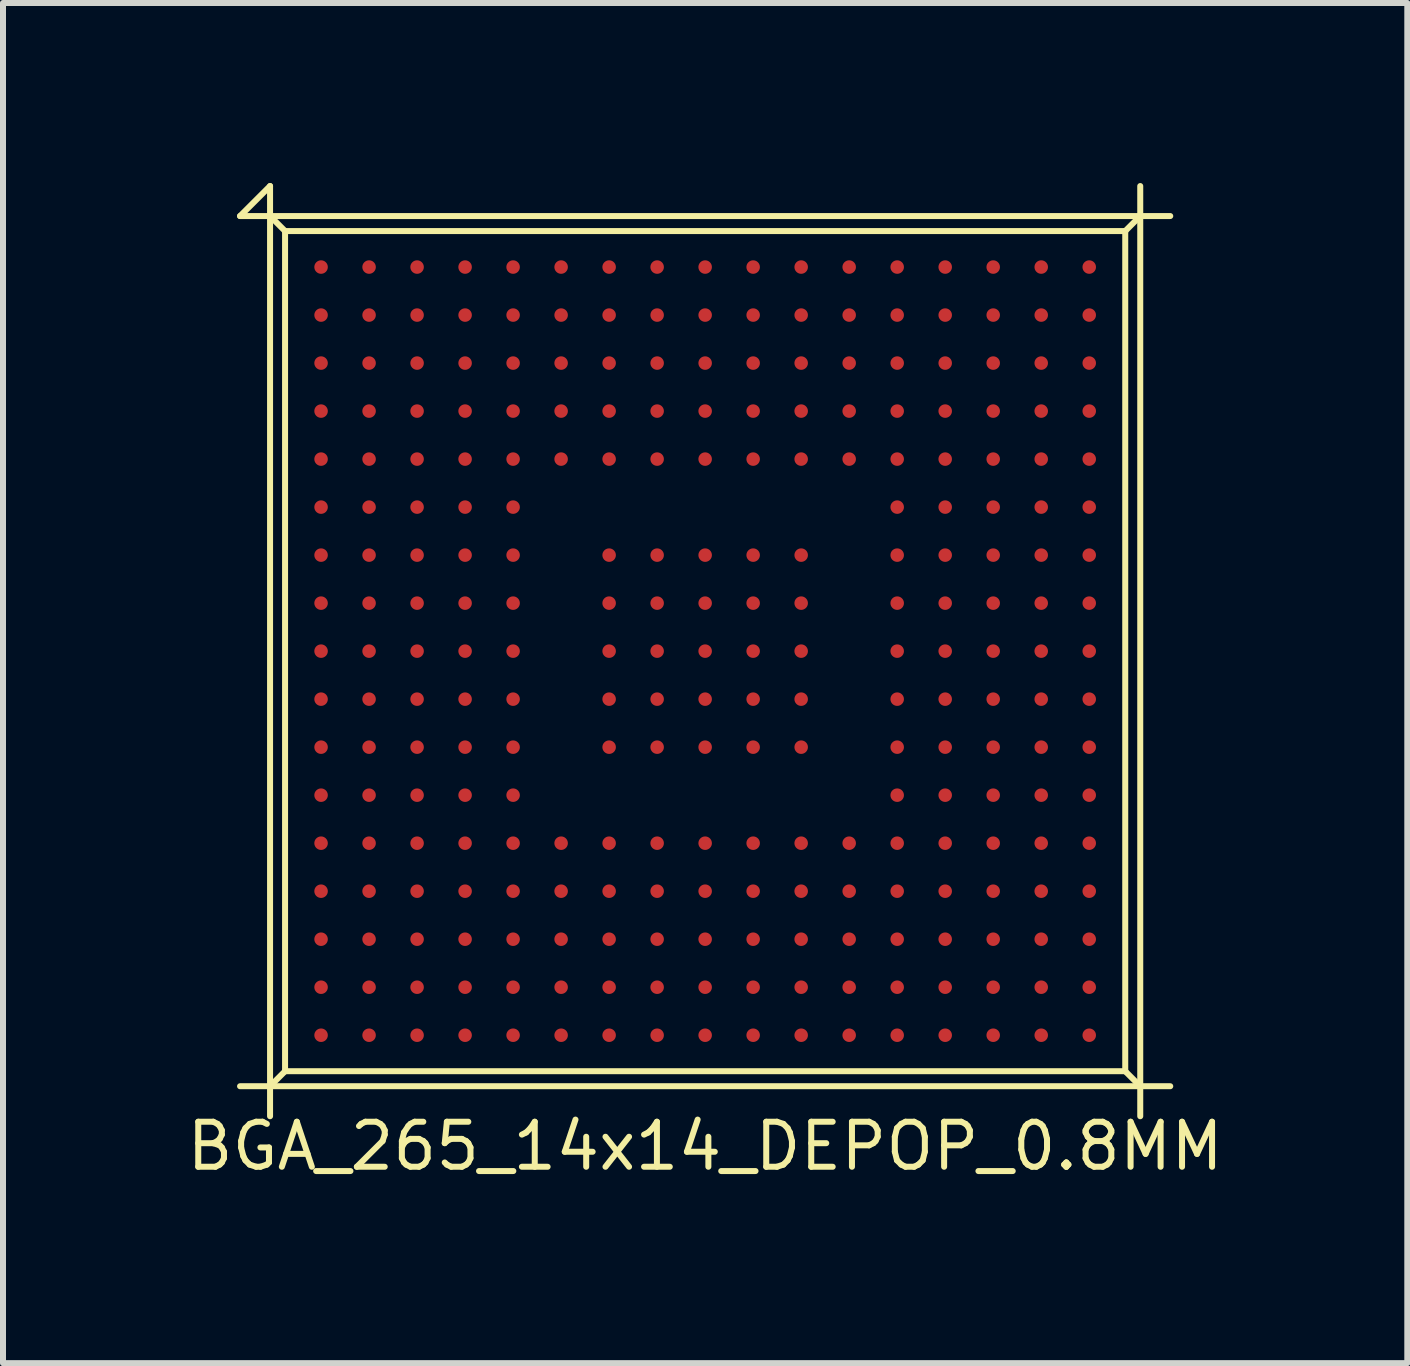
<source format=kicad_pcb>
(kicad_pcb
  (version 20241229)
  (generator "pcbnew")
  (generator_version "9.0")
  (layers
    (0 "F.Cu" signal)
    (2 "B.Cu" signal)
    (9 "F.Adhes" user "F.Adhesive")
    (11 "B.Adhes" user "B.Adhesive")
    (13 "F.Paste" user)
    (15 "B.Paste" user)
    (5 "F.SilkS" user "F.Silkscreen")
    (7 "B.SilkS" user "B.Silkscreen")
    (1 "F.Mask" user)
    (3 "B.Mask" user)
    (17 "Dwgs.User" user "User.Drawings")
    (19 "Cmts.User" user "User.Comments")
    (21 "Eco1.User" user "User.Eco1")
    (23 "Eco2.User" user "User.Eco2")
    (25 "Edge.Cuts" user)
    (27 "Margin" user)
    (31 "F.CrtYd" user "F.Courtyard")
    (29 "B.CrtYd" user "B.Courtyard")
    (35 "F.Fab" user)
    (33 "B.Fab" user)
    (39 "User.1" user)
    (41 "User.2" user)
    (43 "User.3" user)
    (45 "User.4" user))
  (footprint "BGA_265_14x14_DEPOP_0.8MM"
    (layer "F.Cu")
    (at 8.7 7.8)
    (property "Reference" "BGA_265_14x14_DEPOP_0.8MM" (at 0 8.25 0) (unlocked yes) (layer "F.SilkS") (effects (font (size 0.75 0.75) (thickness 0.1))))
    (attr smd)
    (fp_line (start -7.75 -7.25) (end -7.25 -7.75) (stroke (width 0.1) (type default)) (layer "F.SilkS"))
    (fp_line (start -7.75 7.25) (end 7.75 7.25) (stroke (width 0.1) (type default)) (layer "F.SilkS"))
    (fp_line (start -7.25 -7.75) (end -7.25 7.75) (stroke (width 0.1) (type default)) (layer "F.SilkS"))
    (fp_line (start -7 -7) (end -7.25 -7.25) (stroke (width 0.1) (type default)) (layer "F.SilkS"))
    (fp_line (start -7 -7) (end -7 7) (stroke (width 0.1) (type default)) (layer "F.SilkS"))
    (fp_line (start -7 7) (end -7.25 7.25) (stroke (width 0.1) (type default)) (layer "F.SilkS"))
    (fp_line (start -7 7) (end 7 7) (stroke (width 0.1) (type default)) (layer "F.SilkS"))
    (fp_line (start 7 -7) (end -7 -7) (stroke (width 0.1) (type default)) (layer "F.SilkS"))
    (fp_line (start 7 -7) (end 7.25 -7.25) (stroke (width 0.1) (type default)) (layer "F.SilkS"))
    (fp_line (start 7 7) (end 7 -7) (stroke (width 0.1) (type default)) (layer "F.SilkS"))
    (fp_line (start 7 7) (end 7.25 7.25) (stroke (width 0.1) (type default)) (layer "F.SilkS"))
    (fp_line (start 7.25 7.75) (end 7.25 -7.75) (stroke (width 0.1) (type default)) (layer "F.SilkS"))
    (fp_line (start 7.75 -7.25) (end -7.75 -7.25) (stroke (width 0.1) (type default)) (layer "F.SilkS"))
    (pad "A1" smd circle (at -6.4 -6.4) (size 0.225 0.225) (layers "F.Cu" "F.Mask" "F.Paste"))
    (pad "A2" smd circle (at -5.6 -6.4) (size 0.225 0.225) (layers "F.Cu" "F.Mask" "F.Paste"))
    (pad "A3" smd circle (at -4.8 -6.4) (size 0.225 0.225) (layers "F.Cu" "F.Mask" "F.Paste"))
    (pad "A4" smd circle (at -4 -6.4) (size 0.225 0.225) (layers "F.Cu" "F.Mask" "F.Paste"))
    (pad "A5" smd circle (at -3.2 -6.4) (size 0.225 0.225) (layers "F.Cu" "F.Mask" "F.Paste"))
    (pad "A6" smd circle (at -2.4 -6.4) (size 0.225 0.225) (layers "F.Cu" "F.Mask" "F.Paste"))
    (pad "A7" smd circle (at -1.6 -6.4) (size 0.225 0.225) (layers "F.Cu" "F.Mask" "F.Paste"))
    (pad "A8" smd circle (at -0.8 -6.4) (size 0.225 0.225) (layers "F.Cu" "F.Mask" "F.Paste"))
    (pad "A9" smd circle (at 0 -6.4) (size 0.225 0.225) (layers "F.Cu" "F.Mask" "F.Paste"))
    (pad "A10" smd circle (at 0.8 -6.4) (size 0.225 0.225) (layers "F.Cu" "F.Mask" "F.Paste"))
    (pad "A11" smd circle (at 1.6 -6.4) (size 0.225 0.225) (layers "F.Cu" "F.Mask" "F.Paste"))
    (pad "A12" smd circle (at 2.4 -6.4) (size 0.225 0.225) (layers "F.Cu" "F.Mask" "F.Paste"))
    (pad "A13" smd circle (at 3.2 -6.4) (size 0.225 0.225) (layers "F.Cu" "F.Mask" "F.Paste"))
    (pad "A14" smd circle (at 4 -6.4) (size 0.225 0.225) (layers "F.Cu" "F.Mask" "F.Paste"))
    (pad "A15" smd circle (at 4.8 -6.4) (size 0.225 0.225) (layers "F.Cu" "F.Mask" "F.Paste"))
    (pad "A16" smd circle (at 5.6 -6.4) (size 0.225 0.225) (layers "F.Cu" "F.Mask" "F.Paste"))
    (pad "A17" smd circle (at 6.4 -6.4) (size 0.225 0.225) (layers "F.Cu" "F.Mask" "F.Paste"))
    (pad "B1" smd circle (at -6.4 -5.6) (size 0.225 0.225) (layers "F.Cu" "F.Mask" "F.Paste"))
    (pad "B2" smd circle (at -5.6 -5.6) (size 0.225 0.225) (layers "F.Cu" "F.Mask" "F.Paste"))
    (pad "B3" smd circle (at -4.8 -5.6) (size 0.225 0.225) (layers "F.Cu" "F.Mask" "F.Paste"))
    (pad "B4" smd circle (at -4 -5.6) (size 0.225 0.225) (layers "F.Cu" "F.Mask" "F.Paste"))
    (pad "B5" smd circle (at -3.2 -5.6) (size 0.225 0.225) (layers "F.Cu" "F.Mask" "F.Paste"))
    (pad "B6" smd circle (at -2.4 -5.6) (size 0.225 0.225) (layers "F.Cu" "F.Mask" "F.Paste"))
    (pad "B7" smd circle (at -1.6 -5.6) (size 0.225 0.225) (layers "F.Cu" "F.Mask" "F.Paste"))
    (pad "B8" smd circle (at -0.8 -5.6) (size 0.225 0.225) (layers "F.Cu" "F.Mask" "F.Paste"))
    (pad "B9" smd circle (at 0 -5.6) (size 0.225 0.225) (layers "F.Cu" "F.Mask" "F.Paste"))
    (pad "B10" smd circle (at 0.8 -5.6) (size 0.225 0.225) (layers "F.Cu" "F.Mask" "F.Paste"))
    (pad "B11" smd circle (at 1.6 -5.6) (size 0.225 0.225) (layers "F.Cu" "F.Mask" "F.Paste"))
    (pad "B12" smd circle (at 2.4 -5.6) (size 0.225 0.225) (layers "F.Cu" "F.Mask" "F.Paste"))
    (pad "B13" smd circle (at 3.2 -5.6) (size 0.225 0.225) (layers "F.Cu" "F.Mask" "F.Paste"))
    (pad "B14" smd circle (at 4 -5.6) (size 0.225 0.225) (layers "F.Cu" "F.Mask" "F.Paste"))
    (pad "B15" smd circle (at 4.8 -5.6) (size 0.225 0.225) (layers "F.Cu" "F.Mask" "F.Paste"))
    (pad "B16" smd circle (at 5.6 -5.6) (size 0.225 0.225) (layers "F.Cu" "F.Mask" "F.Paste"))
    (pad "B17" smd circle (at 6.4 -5.6) (size 0.225 0.225) (layers "F.Cu" "F.Mask" "F.Paste"))
    (pad "C1" smd circle (at -6.4 -4.8) (size 0.225 0.225) (layers "F.Cu" "F.Mask" "F.Paste"))
    (pad "C2" smd circle (at -5.6 -4.8) (size 0.225 0.225) (layers "F.Cu" "F.Mask" "F.Paste"))
    (pad "C3" smd circle (at -4.8 -4.8) (size 0.225 0.225) (layers "F.Cu" "F.Mask" "F.Paste"))
    (pad "C4" smd circle (at -4 -4.8) (size 0.225 0.225) (layers "F.Cu" "F.Mask" "F.Paste"))
    (pad "C5" smd circle (at -3.2 -4.8) (size 0.225 0.225) (layers "F.Cu" "F.Mask" "F.Paste"))
    (pad "C6" smd circle (at -2.4 -4.8) (size 0.225 0.225) (layers "F.Cu" "F.Mask" "F.Paste"))
    (pad "C7" smd circle (at -1.6 -4.8) (size 0.225 0.225) (layers "F.Cu" "F.Mask" "F.Paste"))
    (pad "C8" smd circle (at -0.8 -4.8) (size 0.225 0.225) (layers "F.Cu" "F.Mask" "F.Paste"))
    (pad "C9" smd circle (at 0 -4.8) (size 0.225 0.225) (layers "F.Cu" "F.Mask" "F.Paste"))
    (pad "C10" smd circle (at 0.8 -4.8) (size 0.225 0.225) (layers "F.Cu" "F.Mask" "F.Paste"))
    (pad "C11" smd circle (at 1.6 -4.8) (size 0.225 0.225) (layers "F.Cu" "F.Mask" "F.Paste"))
    (pad "C12" smd circle (at 2.4 -4.8) (size 0.225 0.225) (layers "F.Cu" "F.Mask" "F.Paste"))
    (pad "C13" smd circle (at 3.2 -4.8) (size 0.225 0.225) (layers "F.Cu" "F.Mask" "F.Paste"))
    (pad "C14" smd circle (at 4 -4.8) (size 0.225 0.225) (layers "F.Cu" "F.Mask" "F.Paste"))
    (pad "C15" smd circle (at 4.8 -4.8) (size 0.225 0.225) (layers "F.Cu" "F.Mask" "F.Paste"))
    (pad "C16" smd circle (at 5.6 -4.8) (size 0.225 0.225) (layers "F.Cu" "F.Mask" "F.Paste"))
    (pad "C17" smd circle (at 6.4 -4.8) (size 0.225 0.225) (layers "F.Cu" "F.Mask" "F.Paste"))
    (pad "D1" smd circle (at -6.4 -4) (size 0.225 0.225) (layers "F.Cu" "F.Mask" "F.Paste"))
    (pad "D2" smd circle (at -5.6 -4) (size 0.225 0.225) (layers "F.Cu" "F.Mask" "F.Paste"))
    (pad "D3" smd circle (at -4.8 -4) (size 0.225 0.225) (layers "F.Cu" "F.Mask" "F.Paste"))
    (pad "D4" smd circle (at -4 -4) (size 0.225 0.225) (layers "F.Cu" "F.Mask" "F.Paste"))
    (pad "D5" smd circle (at -3.2 -4) (size 0.225 0.225) (layers "F.Cu" "F.Mask" "F.Paste"))
    (pad "D6" smd circle (at -2.4 -4) (size 0.225 0.225) (layers "F.Cu" "F.Mask" "F.Paste"))
    (pad "D7" smd circle (at -1.6 -4) (size 0.225 0.225) (layers "F.Cu" "F.Mask" "F.Paste"))
    (pad "D8" smd circle (at -0.8 -4) (size 0.225 0.225) (layers "F.Cu" "F.Mask" "F.Paste"))
    (pad "D9" smd circle (at 0 -4) (size 0.225 0.225) (layers "F.Cu" "F.Mask" "F.Paste"))
    (pad "D10" smd circle (at 0.8 -4) (size 0.225 0.225) (layers "F.Cu" "F.Mask" "F.Paste"))
    (pad "D11" smd circle (at 1.6 -4) (size 0.225 0.225) (layers "F.Cu" "F.Mask" "F.Paste"))
    (pad "D12" smd circle (at 2.4 -4) (size 0.225 0.225) (layers "F.Cu" "F.Mask" "F.Paste"))
    (pad "D13" smd circle (at 3.2 -4) (size 0.225 0.225) (layers "F.Cu" "F.Mask" "F.Paste"))
    (pad "D14" smd circle (at 4 -4) (size 0.225 0.225) (layers "F.Cu" "F.Mask" "F.Paste"))
    (pad "D15" smd circle (at 4.8 -4) (size 0.225 0.225) (layers "F.Cu" "F.Mask" "F.Paste"))
    (pad "D16" smd circle (at 5.6 -4) (size 0.225 0.225) (layers "F.Cu" "F.Mask" "F.Paste"))
    (pad "D17" smd circle (at 6.4 -4) (size 0.225 0.225) (layers "F.Cu" "F.Mask" "F.Paste"))
    (pad "E1" smd circle (at -6.4 -3.2) (size 0.225 0.225) (layers "F.Cu" "F.Mask" "F.Paste"))
    (pad "E2" smd circle (at -5.6 -3.2) (size 0.225 0.225) (layers "F.Cu" "F.Mask" "F.Paste"))
    (pad "E3" smd circle (at -4.8 -3.2) (size 0.225 0.225) (layers "F.Cu" "F.Mask" "F.Paste"))
    (pad "E4" smd circle (at -4 -3.2) (size 0.225 0.225) (layers "F.Cu" "F.Mask" "F.Paste"))
    (pad "E5" smd circle (at -3.2 -3.2) (size 0.225 0.225) (layers "F.Cu" "F.Mask" "F.Paste"))
    (pad "E6" smd circle (at -2.4 -3.2) (size 0.225 0.225) (layers "F.Cu" "F.Mask" "F.Paste"))
    (pad "E7" smd circle (at -1.6 -3.2) (size 0.225 0.225) (layers "F.Cu" "F.Mask" "F.Paste"))
    (pad "E8" smd circle (at -0.8 -3.2) (size 0.225 0.225) (layers "F.Cu" "F.Mask" "F.Paste"))
    (pad "E9" smd circle (at 0 -3.2) (size 0.225 0.225) (layers "F.Cu" "F.Mask" "F.Paste"))
    (pad "E10" smd circle (at 0.8 -3.2) (size 0.225 0.225) (layers "F.Cu" "F.Mask" "F.Paste"))
    (pad "E11" smd circle (at 1.6 -3.2) (size 0.225 0.225) (layers "F.Cu" "F.Mask" "F.Paste"))
    (pad "E12" smd circle (at 2.4 -3.2) (size 0.225 0.225) (layers "F.Cu" "F.Mask" "F.Paste"))
    (pad "E13" smd circle (at 3.2 -3.2) (size 0.225 0.225) (layers "F.Cu" "F.Mask" "F.Paste"))
    (pad "E14" smd circle (at 4 -3.2) (size 0.225 0.225) (layers "F.Cu" "F.Mask" "F.Paste"))
    (pad "E15" smd circle (at 4.8 -3.2) (size 0.225 0.225) (layers "F.Cu" "F.Mask" "F.Paste"))
    (pad "E16" smd circle (at 5.6 -3.2) (size 0.225 0.225) (layers "F.Cu" "F.Mask" "F.Paste"))
    (pad "E17" smd circle (at 6.4 -3.2) (size 0.225 0.225) (layers "F.Cu" "F.Mask" "F.Paste"))
    (pad "F1" smd circle (at -6.4 -2.4) (size 0.225 0.225) (layers "F.Cu" "F.Mask" "F.Paste"))
    (pad "F2" smd circle (at -5.6 -2.4) (size 0.225 0.225) (layers "F.Cu" "F.Mask" "F.Paste"))
    (pad "F3" smd circle (at -4.8 -2.4) (size 0.225 0.225) (layers "F.Cu" "F.Mask" "F.Paste"))
    (pad "F4" smd circle (at -4 -2.4) (size 0.225 0.225) (layers "F.Cu" "F.Mask" "F.Paste"))
    (pad "F5" smd circle (at -3.2 -2.4) (size 0.225 0.225) (layers "F.Cu" "F.Mask" "F.Paste"))
    (pad "F13" smd circle (at 3.2 -2.4) (size 0.225 0.225) (layers "F.Cu" "F.Mask" "F.Paste"))
    (pad "F14" smd circle (at 4 -2.4) (size 0.225 0.225) (layers "F.Cu" "F.Mask" "F.Paste"))
    (pad "F15" smd circle (at 4.8 -2.4) (size 0.225 0.225) (layers "F.Cu" "F.Mask" "F.Paste"))
    (pad "F16" smd circle (at 5.6 -2.4) (size 0.225 0.225) (layers "F.Cu" "F.Mask" "F.Paste"))
    (pad "F17" smd circle (at 6.4 -2.4) (size 0.225 0.225) (layers "F.Cu" "F.Mask" "F.Paste"))
    (pad "G1" smd circle (at -6.4 -1.6) (size 0.225 0.225) (layers "F.Cu" "F.Mask" "F.Paste"))
    (pad "G2" smd circle (at -5.6 -1.6) (size 0.225 0.225) (layers "F.Cu" "F.Mask" "F.Paste"))
    (pad "G3" smd circle (at -4.8 -1.6) (size 0.225 0.225) (layers "F.Cu" "F.Mask" "F.Paste"))
    (pad "G4" smd circle (at -4 -1.6) (size 0.225 0.225) (layers "F.Cu" "F.Mask" "F.Paste"))
    (pad "G5" smd circle (at -3.2 -1.6) (size 0.225 0.225) (layers "F.Cu" "F.Mask" "F.Paste"))
    (pad "G7" smd circle (at -1.6 -1.6) (size 0.225 0.225) (layers "F.Cu" "F.Mask" "F.Paste"))
    (pad "G8" smd circle (at -0.8 -1.6) (size 0.225 0.225) (layers "F.Cu" "F.Mask" "F.Paste"))
    (pad "G9" smd circle (at 0 -1.6) (size 0.225 0.225) (layers "F.Cu" "F.Mask" "F.Paste"))
    (pad "G10" smd circle (at 0.8 -1.6) (size 0.225 0.225) (layers "F.Cu" "F.Mask" "F.Paste"))
    (pad "G11" smd circle (at 1.6 -1.6) (size 0.225 0.225) (layers "F.Cu" "F.Mask" "F.Paste"))
    (pad "G13" smd circle (at 3.2 -1.6) (size 0.225 0.225) (layers "F.Cu" "F.Mask" "F.Paste"))
    (pad "G14" smd circle (at 4 -1.6) (size 0.225 0.225) (layers "F.Cu" "F.Mask" "F.Paste"))
    (pad "G15" smd circle (at 4.8 -1.6) (size 0.225 0.225) (layers "F.Cu" "F.Mask" "F.Paste"))
    (pad "G16" smd circle (at 5.6 -1.6) (size 0.225 0.225) (layers "F.Cu" "F.Mask" "F.Paste"))
    (pad "G17" smd circle (at 6.4 -1.6) (size 0.225 0.225) (layers "F.Cu" "F.Mask" "F.Paste"))
    (pad "H1" smd circle (at -6.4 -0.8) (size 0.225 0.225) (layers "F.Cu" "F.Mask" "F.Paste"))
    (pad "H2" smd circle (at -5.6 -0.8) (size 0.225 0.225) (layers "F.Cu" "F.Mask" "F.Paste"))
    (pad "H3" smd circle (at -4.8 -0.8) (size 0.225 0.225) (layers "F.Cu" "F.Mask" "F.Paste"))
    (pad "H4" smd circle (at -4 -0.8) (size 0.225 0.225) (layers "F.Cu" "F.Mask" "F.Paste"))
    (pad "H5" smd circle (at -3.2 -0.8) (size 0.225 0.225) (layers "F.Cu" "F.Mask" "F.Paste"))
    (pad "H7" smd circle (at -1.6 -0.8) (size 0.225 0.225) (layers "F.Cu" "F.Mask" "F.Paste"))
    (pad "H8" smd circle (at -0.8 -0.8) (size 0.225 0.225) (layers "F.Cu" "F.Mask" "F.Paste"))
    (pad "H9" smd circle (at 0 -0.8) (size 0.225 0.225) (layers "F.Cu" "F.Mask" "F.Paste"))
    (pad "H10" smd circle (at 0.8 -0.8) (size 0.225 0.225) (layers "F.Cu" "F.Mask" "F.Paste"))
    (pad "H11" smd circle (at 1.6 -0.8) (size 0.225 0.225) (layers "F.Cu" "F.Mask" "F.Paste"))
    (pad "H13" smd circle (at 3.2 -0.8) (size 0.225 0.225) (layers "F.Cu" "F.Mask" "F.Paste"))
    (pad "H14" smd circle (at 4 -0.8) (size 0.225 0.225) (layers "F.Cu" "F.Mask" "F.Paste"))
    (pad "H15" smd circle (at 4.8 -0.8) (size 0.225 0.225) (layers "F.Cu" "F.Mask" "F.Paste"))
    (pad "H16" smd circle (at 5.6 -0.8) (size 0.225 0.225) (layers "F.Cu" "F.Mask" "F.Paste"))
    (pad "H17" smd circle (at 6.4 -0.8) (size 0.225 0.225) (layers "F.Cu" "F.Mask" "F.Paste"))
    (pad "J1" smd circle (at -6.4 0) (size 0.225 0.225) (layers "F.Cu" "F.Mask" "F.Paste"))
    (pad "J2" smd circle (at -5.6 0) (size 0.225 0.225) (layers "F.Cu" "F.Mask" "F.Paste"))
    (pad "J3" smd circle (at -4.8 0) (size 0.225 0.225) (layers "F.Cu" "F.Mask" "F.Paste"))
    (pad "J4" smd circle (at -4 0) (size 0.225 0.225) (layers "F.Cu" "F.Mask" "F.Paste"))
    (pad "J5" smd circle (at -3.2 0) (size 0.225 0.225) (layers "F.Cu" "F.Mask" "F.Paste"))
    (pad "J7" smd circle (at -1.6 0) (size 0.225 0.225) (layers "F.Cu" "F.Mask" "F.Paste"))
    (pad "J8" smd circle (at -0.8 0) (size 0.225 0.225) (layers "F.Cu" "F.Mask" "F.Paste"))
    (pad "J9" smd circle (at 0 0) (size 0.225 0.225) (layers "F.Cu" "F.Mask" "F.Paste"))
    (pad "J10" smd circle (at 0.8 0) (size 0.225 0.225) (layers "F.Cu" "F.Mask" "F.Paste"))
    (pad "J11" smd circle (at 1.6 0) (size 0.225 0.225) (layers "F.Cu" "F.Mask" "F.Paste"))
    (pad "J13" smd circle (at 3.2 0) (size 0.225 0.225) (layers "F.Cu" "F.Mask" "F.Paste"))
    (pad "J14" smd circle (at 4 0) (size 0.225 0.225) (layers "F.Cu" "F.Mask" "F.Paste"))
    (pad "J15" smd circle (at 4.8 0) (size 0.225 0.225) (layers "F.Cu" "F.Mask" "F.Paste"))
    (pad "J16" smd circle (at 5.6 0) (size 0.225 0.225) (layers "F.Cu" "F.Mask" "F.Paste"))
    (pad "J17" smd circle (at 6.4 0) (size 0.225 0.225) (layers "F.Cu" "F.Mask" "F.Paste"))
    (pad "K1" smd circle (at -6.4 0.8) (size 0.225 0.225) (layers "F.Cu" "F.Mask" "F.Paste"))
    (pad "K2" smd circle (at -5.6 0.8) (size 0.225 0.225) (layers "F.Cu" "F.Mask" "F.Paste"))
    (pad "K3" smd circle (at -4.8 0.8) (size 0.225 0.225) (layers "F.Cu" "F.Mask" "F.Paste"))
    (pad "K4" smd circle (at -4 0.8) (size 0.225 0.225) (layers "F.Cu" "F.Mask" "F.Paste"))
    (pad "K5" smd circle (at -3.2 0.8) (size 0.225 0.225) (layers "F.Cu" "F.Mask" "F.Paste"))
    (pad "K7" smd circle (at -1.6 0.8) (size 0.225 0.225) (layers "F.Cu" "F.Mask" "F.Paste"))
    (pad "K8" smd circle (at -0.8 0.8) (size 0.225 0.225) (layers "F.Cu" "F.Mask" "F.Paste"))
    (pad "K9" smd circle (at 0 0.8) (size 0.225 0.225) (layers "F.Cu" "F.Mask" "F.Paste"))
    (pad "K10" smd circle (at 0.8 0.8) (size 0.225 0.225) (layers "F.Cu" "F.Mask" "F.Paste"))
    (pad "K11" smd circle (at 1.6 0.8) (size 0.225 0.225) (layers "F.Cu" "F.Mask" "F.Paste"))
    (pad "K13" smd circle (at 3.2 0.8) (size 0.225 0.225) (layers "F.Cu" "F.Mask" "F.Paste"))
    (pad "K14" smd circle (at 4 0.8) (size 0.225 0.225) (layers "F.Cu" "F.Mask" "F.Paste"))
    (pad "K15" smd circle (at 4.8 0.8) (size 0.225 0.225) (layers "F.Cu" "F.Mask" "F.Paste"))
    (pad "K16" smd circle (at 5.6 0.8) (size 0.225 0.225) (layers "F.Cu" "F.Mask" "F.Paste"))
    (pad "K17" smd circle (at 6.4 0.8) (size 0.225 0.225) (layers "F.Cu" "F.Mask" "F.Paste"))
    (pad "L1" smd circle (at -6.4 1.6) (size 0.225 0.225) (layers "F.Cu" "F.Mask" "F.Paste"))
    (pad "L2" smd circle (at -5.6 1.6) (size 0.225 0.225) (layers "F.Cu" "F.Mask" "F.Paste"))
    (pad "L3" smd circle (at -4.8 1.6) (size 0.225 0.225) (layers "F.Cu" "F.Mask" "F.Paste"))
    (pad "L4" smd circle (at -4 1.6) (size 0.225 0.225) (layers "F.Cu" "F.Mask" "F.Paste"))
    (pad "L5" smd circle (at -3.2 1.6) (size 0.225 0.225) (layers "F.Cu" "F.Mask" "F.Paste"))
    (pad "L7" smd circle (at -1.6 1.6) (size 0.225 0.225) (layers "F.Cu" "F.Mask" "F.Paste"))
    (pad "L8" smd circle (at -0.8 1.6) (size 0.225 0.225) (layers "F.Cu" "F.Mask" "F.Paste"))
    (pad "L9" smd circle (at 0 1.6) (size 0.225 0.225) (layers "F.Cu" "F.Mask" "F.Paste"))
    (pad "L10" smd circle (at 0.8 1.6) (size 0.225 0.225) (layers "F.Cu" "F.Mask" "F.Paste"))
    (pad "L11" smd circle (at 1.6 1.6) (size 0.225 0.225) (layers "F.Cu" "F.Mask" "F.Paste"))
    (pad "L13" smd circle (at 3.2 1.6) (size 0.225 0.225) (layers "F.Cu" "F.Mask" "F.Paste"))
    (pad "L14" smd circle (at 4 1.6) (size 0.225 0.225) (layers "F.Cu" "F.Mask" "F.Paste"))
    (pad "L15" smd circle (at 4.8 1.6) (size 0.225 0.225) (layers "F.Cu" "F.Mask" "F.Paste"))
    (pad "L16" smd circle (at 5.6 1.6) (size 0.225 0.225) (layers "F.Cu" "F.Mask" "F.Paste"))
    (pad "L17" smd circle (at 6.4 1.6) (size 0.225 0.225) (layers "F.Cu" "F.Mask" "F.Paste"))
    (pad "M1" smd circle (at -6.4 2.4) (size 0.225 0.225) (layers "F.Cu" "F.Mask" "F.Paste"))
    (pad "M2" smd circle (at -5.6 2.4) (size 0.225 0.225) (layers "F.Cu" "F.Mask" "F.Paste"))
    (pad "M3" smd circle (at -4.8 2.4) (size 0.225 0.225) (layers "F.Cu" "F.Mask" "F.Paste"))
    (pad "M4" smd circle (at -4 2.4) (size 0.225 0.225) (layers "F.Cu" "F.Mask" "F.Paste"))
    (pad "M5" smd circle (at -3.2 2.4) (size 0.225 0.225) (layers "F.Cu" "F.Mask" "F.Paste"))
    (pad "M13" smd circle (at 3.2 2.4) (size 0.225 0.225) (layers "F.Cu" "F.Mask" "F.Paste"))
    (pad "M14" smd circle (at 4 2.4) (size 0.225 0.225) (layers "F.Cu" "F.Mask" "F.Paste"))
    (pad "M15" smd circle (at 4.8 2.4) (size 0.225 0.225) (layers "F.Cu" "F.Mask" "F.Paste"))
    (pad "M16" smd circle (at 5.6 2.4) (size 0.225 0.225) (layers "F.Cu" "F.Mask" "F.Paste"))
    (pad "M17" smd circle (at 6.4 2.4) (size 0.225 0.225) (layers "F.Cu" "F.Mask" "F.Paste"))
    (pad "N1" smd circle (at -6.4 3.2) (size 0.225 0.225) (layers "F.Cu" "F.Mask" "F.Paste"))
    (pad "N2" smd circle (at -5.6 3.2) (size 0.225 0.225) (layers "F.Cu" "F.Mask" "F.Paste"))
    (pad "N3" smd circle (at -4.8 3.2) (size 0.225 0.225) (layers "F.Cu" "F.Mask" "F.Paste"))
    (pad "N4" smd circle (at -4 3.2) (size 0.225 0.225) (layers "F.Cu" "F.Mask" "F.Paste"))
    (pad "N5" smd circle (at -3.2 3.2) (size 0.225 0.225) (layers "F.Cu" "F.Mask" "F.Paste"))
    (pad "N6" smd circle (at -2.4 3.2) (size 0.225 0.225) (layers "F.Cu" "F.Mask" "F.Paste"))
    (pad "N7" smd circle (at -1.6 3.2) (size 0.225 0.225) (layers "F.Cu" "F.Mask" "F.Paste"))
    (pad "N8" smd circle (at -0.8 3.2) (size 0.225 0.225) (layers "F.Cu" "F.Mask" "F.Paste"))
    (pad "N9" smd circle (at 0 3.2) (size 0.225 0.225) (layers "F.Cu" "F.Mask" "F.Paste"))
    (pad "N10" smd circle (at 0.8 3.2) (size 0.225 0.225) (layers "F.Cu" "F.Mask" "F.Paste"))
    (pad "N11" smd circle (at 1.6 3.2) (size 0.225 0.225) (layers "F.Cu" "F.Mask" "F.Paste"))
    (pad "N12" smd circle (at 2.4 3.2) (size 0.225 0.225) (layers "F.Cu" "F.Mask" "F.Paste"))
    (pad "N13" smd circle (at 3.2 3.2) (size 0.225 0.225) (layers "F.Cu" "F.Mask" "F.Paste"))
    (pad "N14" smd circle (at 4 3.2) (size 0.225 0.225) (layers "F.Cu" "F.Mask" "F.Paste"))
    (pad "N15" smd circle (at 4.8 3.2) (size 0.225 0.225) (layers "F.Cu" "F.Mask" "F.Paste"))
    (pad "N16" smd circle (at 5.6 3.2) (size 0.225 0.225) (layers "F.Cu" "F.Mask" "F.Paste"))
    (pad "N17" smd circle (at 6.4 3.2) (size 0.225 0.225) (layers "F.Cu" "F.Mask" "F.Paste"))
    (pad "P1" smd circle (at -6.4 4) (size 0.225 0.225) (layers "F.Cu" "F.Mask" "F.Paste"))
    (pad "P2" smd circle (at -5.6 4) (size 0.225 0.225) (layers "F.Cu" "F.Mask" "F.Paste"))
    (pad "P3" smd circle (at -4.8 4) (size 0.225 0.225) (layers "F.Cu" "F.Mask" "F.Paste"))
    (pad "P4" smd circle (at -4 4) (size 0.225 0.225) (layers "F.Cu" "F.Mask" "F.Paste"))
    (pad "P5" smd circle (at -3.2 4) (size 0.225 0.225) (layers "F.Cu" "F.Mask" "F.Paste"))
    (pad "P6" smd circle (at -2.4 4) (size 0.225 0.225) (layers "F.Cu" "F.Mask" "F.Paste"))
    (pad "P7" smd circle (at -1.6 4) (size 0.225 0.225) (layers "F.Cu" "F.Mask" "F.Paste"))
    (pad "P8" smd circle (at -0.8 4) (size 0.225 0.225) (layers "F.Cu" "F.Mask" "F.Paste"))
    (pad "P9" smd circle (at 0 4) (size 0.225 0.225) (layers "F.Cu" "F.Mask" "F.Paste"))
    (pad "P10" smd circle (at 0.8 4) (size 0.225 0.225) (layers "F.Cu" "F.Mask" "F.Paste"))
    (pad "P11" smd circle (at 1.6 4) (size 0.225 0.225) (layers "F.Cu" "F.Mask" "F.Paste"))
    (pad "P12" smd circle (at 2.4 4) (size 0.225 0.225) (layers "F.Cu" "F.Mask" "F.Paste"))
    (pad "P13" smd circle (at 3.2 4) (size 0.225 0.225) (layers "F.Cu" "F.Mask" "F.Paste"))
    (pad "P14" smd circle (at 4 4) (size 0.225 0.225) (layers "F.Cu" "F.Mask" "F.Paste"))
    (pad "P15" smd circle (at 4.8 4) (size 0.225 0.225) (layers "F.Cu" "F.Mask" "F.Paste"))
    (pad "P16" smd circle (at 5.6 4) (size 0.225 0.225) (layers "F.Cu" "F.Mask" "F.Paste"))
    (pad "P17" smd circle (at 6.4 4) (size 0.225 0.225) (layers "F.Cu" "F.Mask" "F.Paste"))
    (pad "R1" smd circle (at -6.4 4.8) (size 0.225 0.225) (layers "F.Cu" "F.Mask" "F.Paste"))
    (pad "R2" smd circle (at -5.6 4.8) (size 0.225 0.225) (layers "F.Cu" "F.Mask" "F.Paste"))
    (pad "R3" smd circle (at -4.8 4.8) (size 0.225 0.225) (layers "F.Cu" "F.Mask" "F.Paste"))
    (pad "R4" smd circle (at -4 4.8) (size 0.225 0.225) (layers "F.Cu" "F.Mask" "F.Paste"))
    (pad "R5" smd circle (at -3.2 4.8) (size 0.225 0.225) (layers "F.Cu" "F.Mask" "F.Paste"))
    (pad "R6" smd circle (at -2.4 4.8) (size 0.225 0.225) (layers "F.Cu" "F.Mask" "F.Paste"))
    (pad "R7" smd circle (at -1.6 4.8) (size 0.225 0.225) (layers "F.Cu" "F.Mask" "F.Paste"))
    (pad "R8" smd circle (at -0.8 4.8) (size 0.225 0.225) (layers "F.Cu" "F.Mask" "F.Paste"))
    (pad "R9" smd circle (at 0 4.8) (size 0.225 0.225) (layers "F.Cu" "F.Mask" "F.Paste"))
    (pad "R10" smd circle (at 0.8 4.8) (size 0.225 0.225) (layers "F.Cu" "F.Mask" "F.Paste"))
    (pad "R11" smd circle (at 1.6 4.8) (size 0.225 0.225) (layers "F.Cu" "F.Mask" "F.Paste"))
    (pad "R12" smd circle (at 2.4 4.8) (size 0.225 0.225) (layers "F.Cu" "F.Mask" "F.Paste"))
    (pad "R13" smd circle (at 3.2 4.8) (size 0.225 0.225) (layers "F.Cu" "F.Mask" "F.Paste"))
    (pad "R14" smd circle (at 4 4.8) (size 0.225 0.225) (layers "F.Cu" "F.Mask" "F.Paste"))
    (pad "R15" smd circle (at 4.8 4.8) (size 0.225 0.225) (layers "F.Cu" "F.Mask" "F.Paste"))
    (pad "R16" smd circle (at 5.6 4.8) (size 0.225 0.225) (layers "F.Cu" "F.Mask" "F.Paste"))
    (pad "R17" smd circle (at 6.4 4.8) (size 0.225 0.225) (layers "F.Cu" "F.Mask" "F.Paste"))
    (pad "T1" smd circle (at -6.4 5.6) (size 0.225 0.225) (layers "F.Cu" "F.Mask" "F.Paste"))
    (pad "T2" smd circle (at -5.6 5.6) (size 0.225 0.225) (layers "F.Cu" "F.Mask" "F.Paste"))
    (pad "T3" smd circle (at -4.8 5.6) (size 0.225 0.225) (layers "F.Cu" "F.Mask" "F.Paste"))
    (pad "T4" smd circle (at -4 5.6) (size 0.225 0.225) (layers "F.Cu" "F.Mask" "F.Paste"))
    (pad "T5" smd circle (at -3.2 5.6) (size 0.225 0.225) (layers "F.Cu" "F.Mask" "F.Paste"))
    (pad "T6" smd circle (at -2.4 5.6) (size 0.225 0.225) (layers "F.Cu" "F.Mask" "F.Paste"))
    (pad "T7" smd circle (at -1.6 5.6) (size 0.225 0.225) (layers "F.Cu" "F.Mask" "F.Paste"))
    (pad "T8" smd circle (at -0.8 5.6) (size 0.225 0.225) (layers "F.Cu" "F.Mask" "F.Paste"))
    (pad "T9" smd circle (at 0 5.6) (size 0.225 0.225) (layers "F.Cu" "F.Mask" "F.Paste"))
    (pad "T10" smd circle (at 0.8 5.6) (size 0.225 0.225) (layers "F.Cu" "F.Mask" "F.Paste"))
    (pad "T11" smd circle (at 1.6 5.6) (size 0.225 0.225) (layers "F.Cu" "F.Mask" "F.Paste"))
    (pad "T12" smd circle (at 2.4 5.6) (size 0.225 0.225) (layers "F.Cu" "F.Mask" "F.Paste"))
    (pad "T13" smd circle (at 3.2 5.6) (size 0.225 0.225) (layers "F.Cu" "F.Mask" "F.Paste"))
    (pad "T14" smd circle (at 4 5.6) (size 0.225 0.225) (layers "F.Cu" "F.Mask" "F.Paste"))
    (pad "T15" smd circle (at 4.8 5.6) (size 0.225 0.225) (layers "F.Cu" "F.Mask" "F.Paste"))
    (pad "T16" smd circle (at 5.6 5.6) (size 0.225 0.225) (layers "F.Cu" "F.Mask" "F.Paste"))
    (pad "T17" smd circle (at 6.4 5.6) (size 0.225 0.225) (layers "F.Cu" "F.Mask" "F.Paste"))
    (pad "U1" smd circle (at -6.4 6.4) (size 0.225 0.225) (layers "F.Cu" "F.Mask" "F.Paste"))
    (pad "U2" smd circle (at -5.6 6.4) (size 0.225 0.225) (layers "F.Cu" "F.Mask" "F.Paste"))
    (pad "U3" smd circle (at -4.8 6.4) (size 0.225 0.225) (layers "F.Cu" "F.Mask" "F.Paste"))
    (pad "U4" smd circle (at -4 6.4) (size 0.225 0.225) (layers "F.Cu" "F.Mask" "F.Paste"))
    (pad "U5" smd circle (at -3.2 6.4) (size 0.225 0.225) (layers "F.Cu" "F.Mask" "F.Paste"))
    (pad "U6" smd circle (at -2.4 6.4) (size 0.225 0.225) (layers "F.Cu" "F.Mask" "F.Paste"))
    (pad "U7" smd circle (at -1.6 6.4) (size 0.225 0.225) (layers "F.Cu" "F.Mask" "F.Paste"))
    (pad "U8" smd circle (at -0.8 6.4) (size 0.225 0.225) (layers "F.Cu" "F.Mask" "F.Paste"))
    (pad "U9" smd circle (at 0 6.4) (size 0.225 0.225) (layers "F.Cu" "F.Mask" "F.Paste"))
    (pad "U10" smd circle (at 0.8 6.4) (size 0.225 0.225) (layers "F.Cu" "F.Mask" "F.Paste"))
    (pad "U11" smd circle (at 1.6 6.4) (size 0.225 0.225) (layers "F.Cu" "F.Mask" "F.Paste"))
    (pad "U12" smd circle (at 2.4 6.4) (size 0.225 0.225) (layers "F.Cu" "F.Mask" "F.Paste"))
    (pad "U13" smd circle (at 3.2 6.4) (size 0.225 0.225) (layers "F.Cu" "F.Mask" "F.Paste"))
    (pad "U14" smd circle (at 4 6.4) (size 0.225 0.225) (layers "F.Cu" "F.Mask" "F.Paste"))
    (pad "U15" smd circle (at 4.8 6.4) (size 0.225 0.225) (layers "F.Cu" "F.Mask" "F.Paste"))
    (pad "U16" smd circle (at 5.6 6.4) (size 0.225 0.225) (layers "F.Cu" "F.Mask" "F.Paste"))
    (pad "U17" smd circle (at 6.4 6.4) (size 0.225 0.225) (layers "F.Cu" "F.Mask" "F.Paste")))
  (gr_rect
    (start -3 -3)
    (end 20.4 19.664)
    (stroke (width 0.1) (type default))
    (fill no)
    (layer "Edge.Cuts")))
</source>
